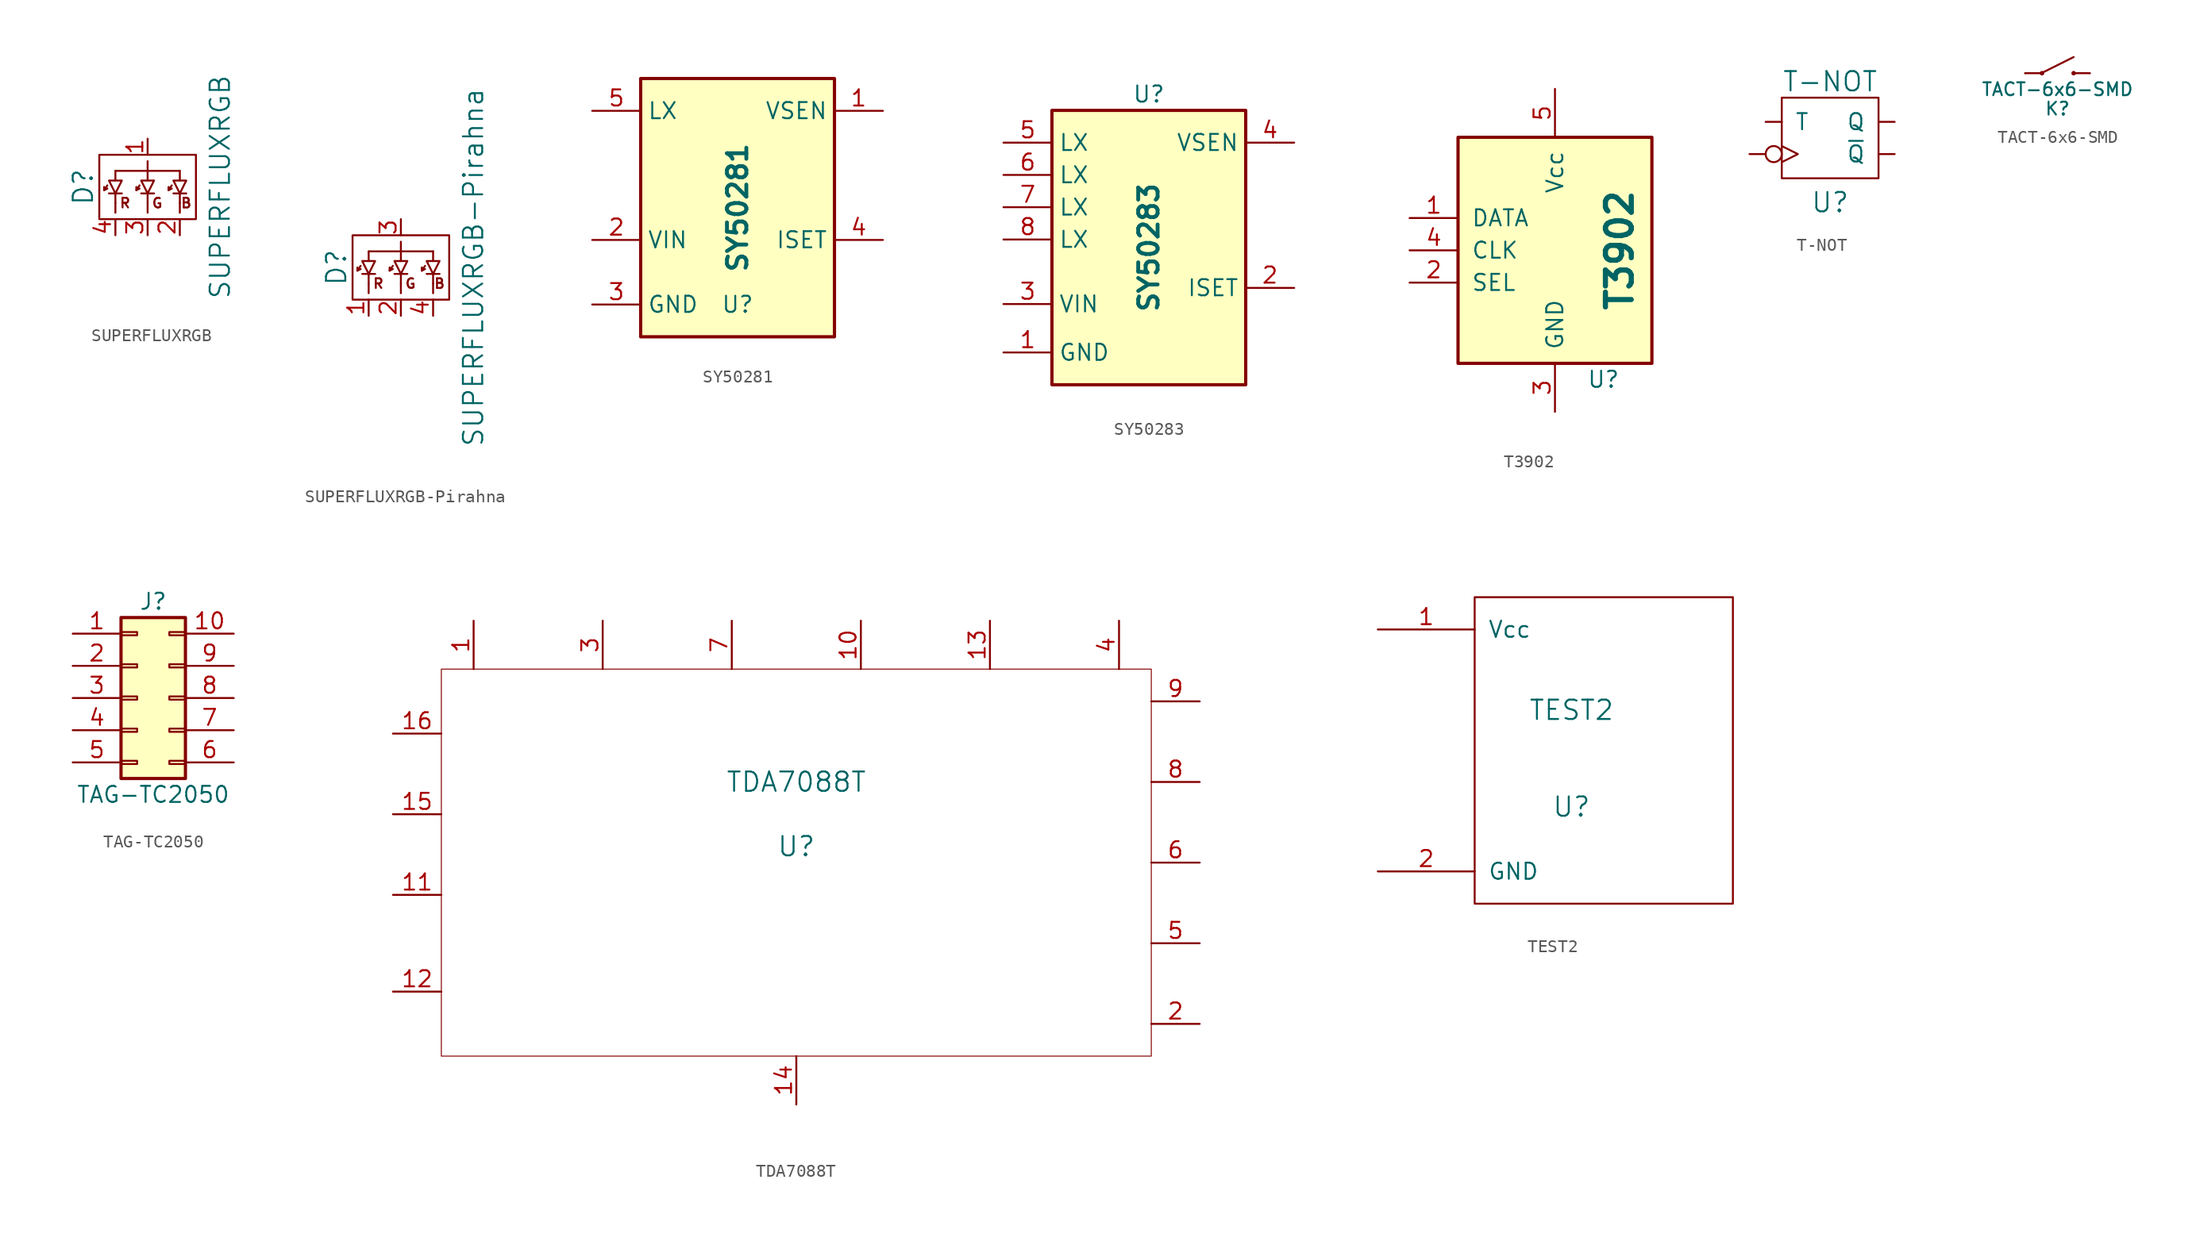
<source format=kicad_sym>
(kicad_symbol_lib
  (version 20231120)
  (generator "kicad_symbol_editor")
  (generator_version "8.0")
  (symbol "SUPERFLUXRGB"
    (pin_names
      (offset 1.016))
    (property "Reference" "D"
      (at -5.08 0 90)
      (effects (font (size 1.524 1.524))))
    (property "Value" "SUPERFLUXRGB"
      (at 5.715 0 90)
      (effects (font (size 1.524 1.524))))
    (property "Footprint" ""
      (at 0 -0.254 0)
      (effects (font (size 1.524 1.524))))
    (property "Datasheet" ""
      (at 0 -0.254 0)
      (effects (font (size 1.524 1.524))))
    (symbol "SUPERFLUXRGB_0_0"
      (polyline (pts (xy -2.54 -1.27) (xy -2.54 -2.032)) (stroke (width 0) (type default)) (fill (type none)))
      (polyline (pts (xy -2.54 1.27) (xy 2.54 1.27)) (stroke (width 0) (type default)) (fill (type none)))
      (polyline (pts (xy 0 -1.27) (xy 0 -2.032)) (stroke (width 0) (type default)) (fill (type none)))
      (polyline (pts (xy 0 1.27) (xy 0 2.032)) (stroke (width 0) (type default)) (fill (type none)))
      (polyline (pts (xy 2.54 -1.27) (xy 2.54 -2.032)) (stroke (width 0) (type default)) (fill (type none)))
      (text "B" (at 3.048 -1.27 0) (effects (font (size 0.762 0.762))))
      (text "G" (at 0.762 -1.27 0) (effects (font (size 0.762 0.762))))
      (text "R" (at -1.778 -1.27 0) (effects (font (size 0.762 0.762)))))
    (symbol "SUPERFLUXRGB_0_1"
      (rectangle (start -3.81 2.54) (end 3.81 -2.54) (stroke (width 0) (type default)) (fill (type none)))
      (polyline (pts (xy -3.429 -0.254) (xy -3.175 -0.127)) (stroke (width 0) (type default)) (fill (type none)))
      (polyline (pts (xy -2.54 -0.508) (xy -2.54 -1.27)) (stroke (width 0) (type default)) (fill (type none)))
      (polyline (pts (xy -2.54 0.508) (xy -2.54 1.27)) (stroke (width 0) (type default)) (fill (type none)))
      (polyline (pts (xy -2.032 -0.508) (xy -3.048 -0.508)) (stroke (width 0) (type default)) (fill (type none)))
      (polyline (pts (xy -0.889 -0.254) (xy -0.635 -0.127)) (stroke (width 0) (type default)) (fill (type none)))
      (polyline (pts (xy 0 -0.508) (xy 0 -1.27)) (stroke (width 0) (type default)) (fill (type none)))
      (polyline (pts (xy 0 0.508) (xy 0 1.27)) (stroke (width 0) (type default)) (fill (type none)))
      (polyline (pts (xy 0.508 -0.508) (xy -0.508 -0.508)) (stroke (width 0) (type default)) (fill (type none)))
      (polyline (pts (xy 1.651 -0.254) (xy 1.905 -0.127)) (stroke (width 0) (type default)) (fill (type none)))
      (polyline (pts (xy 2.54 -0.508) (xy 2.54 -1.27)) (stroke (width 0) (type default)) (fill (type none)))
      (polyline (pts (xy 2.54 0.508) (xy 2.54 1.27)) (stroke (width 0) (type default)) (fill (type none)))
      (polyline (pts (xy 3.048 -0.508) (xy 2.032 -0.508)) (stroke (width 0) (type default)) (fill (type none)))
      (polyline (pts (xy -3.175 0.127) (xy -3.429 -0.254) (xy -3.429 0)) (stroke (width 0) (type default)) (fill (type none)))
      (polyline (pts (xy -0.635 0.127) (xy -0.889 -0.254) (xy -0.889 0)) (stroke (width 0) (type default)) (fill (type none)))
      (polyline (pts (xy 1.905 0.127) (xy 1.651 -0.254) (xy 1.651 0)) (stroke (width 0) (type default)) (fill (type none)))
      (polyline (pts (xy -3.048 0.508) (xy -2.032 0.508) (xy -2.54 -0.508) (xy -3.048 0.508)) (stroke (width 0) (type default)) (fill (type none)))
      (polyline (pts (xy -0.508 0.508) (xy 0.508 0.508) (xy 0 -0.508) (xy -0.508 0.508)) (stroke (width 0) (type default)) (fill (type none)))
      (polyline (pts (xy 2.032 0.508) (xy 3.048 0.508) (xy 2.54 -0.508) (xy 2.032 0.508)) (stroke (width 0) (type default)) (fill (type none))))
    (symbol "SUPERFLUXRGB_1_1"
      (pin input line (at 0 3.81 270) (length 1.27) (name "~" (effects (font (size 1.27 1.27)))) (number "1" (effects (font (size 1.27 1.27)))))
      (pin input line (at 2.54 -3.81 90) (length 1.27) (name "~" (effects (font (size 1.27 1.27)))) (number "2" (effects (font (size 1.27 1.27)))))
      (pin input line (at 0 -3.81 90) (length 1.27) (name "~" (effects (font (size 1.27 1.27)))) (number "3" (effects (font (size 1.27 1.27)))))
      (pin input line (at -2.54 -3.81 90) (length 1.27) (name "~" (effects (font (size 1.27 1.27)))) (number "4" (effects (font (size 1.27 1.27)))))))
  (symbol "SUPERFLUXRGB-Pirahna"
    (pin_names
      (offset 1.016))
    (property "Reference" "D"
      (at -5.08 0 90)
      (effects (font (size 1.524 1.524))))
    (property "Value" "SUPERFLUXRGB-Pirahna"
      (at 5.715 0 90)
      (effects (font (size 1.524 1.524))))
    (property "Footprint" ""
      (at 0 -0.254 0)
      (effects (font (size 1.524 1.524))))
    (property "Datasheet" ""
      (at 0 -0.254 0)
      (effects (font (size 1.524 1.524))))
    (symbol "SUPERFLUXRGB-Pirahna_0_0"
      (polyline (pts (xy -2.54 -1.27) (xy -2.54 -2.032)) (stroke (width 0) (type default)) (fill (type none)))
      (polyline (pts (xy -2.54 1.27) (xy 2.54 1.27)) (stroke (width 0) (type default)) (fill (type none)))
      (polyline (pts (xy 0 -1.27) (xy 0 -2.032)) (stroke (width 0) (type default)) (fill (type none)))
      (polyline (pts (xy 0 1.27) (xy 0 2.032)) (stroke (width 0) (type default)) (fill (type none)))
      (polyline (pts (xy 2.54 -1.27) (xy 2.54 -2.032)) (stroke (width 0) (type default)) (fill (type none)))
      (text "B" (at 3.048 -1.27 0) (effects (font (size 0.762 0.762))))
      (text "G" (at 0.762 -1.27 0) (effects (font (size 0.762 0.762))))
      (text "R" (at -1.778 -1.27 0) (effects (font (size 0.762 0.762)))))
    (symbol "SUPERFLUXRGB-Pirahna_0_1"
      (rectangle (start -3.81 2.54) (end 3.81 -2.54) (stroke (width 0) (type default)) (fill (type none)))
      (polyline (pts (xy -3.429 -0.254) (xy -3.175 -0.127)) (stroke (width 0) (type default)) (fill (type none)))
      (polyline (pts (xy -2.54 -0.508) (xy -2.54 -1.27)) (stroke (width 0) (type default)) (fill (type none)))
      (polyline (pts (xy -2.54 0.508) (xy -2.54 1.27)) (stroke (width 0) (type default)) (fill (type none)))
      (polyline (pts (xy -2.032 -0.508) (xy -3.048 -0.508)) (stroke (width 0) (type default)) (fill (type none)))
      (polyline (pts (xy -0.889 -0.254) (xy -0.635 -0.127)) (stroke (width 0) (type default)) (fill (type none)))
      (polyline (pts (xy 0 -0.508) (xy 0 -1.27)) (stroke (width 0) (type default)) (fill (type none)))
      (polyline (pts (xy 0 0.508) (xy 0 1.27)) (stroke (width 0) (type default)) (fill (type none)))
      (polyline (pts (xy 0.508 -0.508) (xy -0.508 -0.508)) (stroke (width 0) (type default)) (fill (type none)))
      (polyline (pts (xy 1.651 -0.254) (xy 1.905 -0.127)) (stroke (width 0) (type default)) (fill (type none)))
      (polyline (pts (xy 2.54 -0.508) (xy 2.54 -1.27)) (stroke (width 0) (type default)) (fill (type none)))
      (polyline (pts (xy 2.54 0.508) (xy 2.54 1.27)) (stroke (width 0) (type default)) (fill (type none)))
      (polyline (pts (xy 3.048 -0.508) (xy 2.032 -0.508)) (stroke (width 0) (type default)) (fill (type none)))
      (polyline (pts (xy -3.175 0.127) (xy -3.429 -0.254) (xy -3.429 0)) (stroke (width 0) (type default)) (fill (type none)))
      (polyline (pts (xy -0.635 0.127) (xy -0.889 -0.254) (xy -0.889 0)) (stroke (width 0) (type default)) (fill (type none)))
      (polyline (pts (xy 1.905 0.127) (xy 1.651 -0.254) (xy 1.651 0)) (stroke (width 0) (type default)) (fill (type none)))
      (polyline (pts (xy -3.048 0.508) (xy -2.032 0.508) (xy -2.54 -0.508) (xy -3.048 0.508)) (stroke (width 0) (type default)) (fill (type none)))
      (polyline (pts (xy -0.508 0.508) (xy 0.508 0.508) (xy 0 -0.508) (xy -0.508 0.508)) (stroke (width 0) (type default)) (fill (type none)))
      (polyline (pts (xy 2.032 0.508) (xy 3.048 0.508) (xy 2.54 -0.508) (xy 2.032 0.508)) (stroke (width 0) (type default)) (fill (type none))))
    (symbol "SUPERFLUXRGB-Pirahna_1_1"
      (pin input line (at -2.54 -3.81 90) (length 1.27) (name "~" (effects (font (size 1.27 1.27)))) (number "1" (effects (font (size 1.27 1.27)))))
      (pin input line (at 0 -3.81 90) (length 1.27) (name "~" (effects (font (size 1.27 1.27)))) (number "2" (effects (font (size 1.27 1.27)))))
      (pin input line (at 0 3.81 270) (length 1.27) (name "~" (effects (font (size 1.27 1.27)))) (number "3" (effects (font (size 1.27 1.27)))))
      (pin input line (at 2.54 -3.81 90) (length 1.27) (name "~" (effects (font (size 1.27 1.27)))) (number "4" (effects (font (size 1.27 1.27)))))))
  (symbol "SY50281"
    (property "Reference" "U"
      (at 0 -7.62 0)
      (effects (font (size 1.27 1.27))))
    (property "Value" "SY50281"
      (at 0 0 90)
      (effects (font (size 1.524 1.524) (bold yes))))
    (symbol "SY50281_0_1"
      (rectangle (start -7.62 10.16) (end 7.62 -10.16) (stroke (width 0.254) (type default)) (fill (type background))))
    (symbol "SY50281_1_1"
      (pin passive line (at 11.43 7.62 180) (length 3.81) (name "VSEN" (effects (font (size 1.27 1.27)))) (number "1" (effects (font (size 1.27 1.27)))))
      (pin passive line (at -11.43 -2.54 0) (length 3.81) (name "VIN" (effects (font (size 1.27 1.27)))) (number "2" (effects (font (size 1.27 1.27)))))
      (pin passive line (at -11.43 -7.62 0) (length 3.81) (name "GND" (effects (font (size 1.27 1.27)))) (number "3" (effects (font (size 1.27 1.27)))))
      (pin passive line (at 11.43 -2.54 180) (length 3.81) (name "ISET" (effects (font (size 1.27 1.27)))) (number "4" (effects (font (size 1.27 1.27)))))
      (pin passive line (at -11.43 7.62 0) (length 3.81) (name "LX" (effects (font (size 1.27 1.27)))) (number "5" (effects (font (size 1.27 1.27)))))))
  (symbol "SY50283"
    (property "Reference" "U"
      (at 0 11.43 0)
      (effects (font (size 1.27 1.27))))
    (property "Value" "SY50283"
      (at 0 -0.635 90)
      (effects (font (size 1.524 1.524) (bold yes))))
    (symbol "SY50283_0_1"
      (rectangle (start -7.62 10.16) (end 7.62 -11.43) (stroke (width 0.254) (type default)) (fill (type background))))
    (symbol "SY50283_1_1"
      (pin passive line (at -11.43 -8.89 0) (length 3.81) (name "GND" (effects (font (size 1.27 1.27)))) (number "1" (effects (font (size 1.27 1.27)))))
      (pin passive line (at 11.43 -3.81 180) (length 3.81) (name "ISET" (effects (font (size 1.27 1.27)))) (number "2" (effects (font (size 1.27 1.27)))))
      (pin passive line (at -11.43 -5.08 0) (length 3.81) (name "VIN" (effects (font (size 1.27 1.27)))) (number "3" (effects (font (size 1.27 1.27)))))
      (pin passive line (at 11.43 7.62 180) (length 3.81) (name "VSEN" (effects (font (size 1.27 1.27)))) (number "4" (effects (font (size 1.27 1.27)))))
      (pin passive line (at -11.43 7.62 0) (length 3.81) (name "LX" (effects (font (size 1.27 1.27)))) (number "5" (effects (font (size 1.27 1.27)))))
      (pin passive line (at -11.43 5.08 0) (length 3.81) (name "LX" (effects (font (size 1.27 1.27)))) (number "6" (effects (font (size 1.27 1.27)))))
      (pin passive line (at -11.43 2.54 0) (length 3.81) (name "LX" (effects (font (size 1.27 1.27)))) (number "7" (effects (font (size 1.27 1.27)))))
      (pin passive line (at -11.43 0 0) (length 3.81) (name "LX" (effects (font (size 1.27 1.27)))) (number "8" (effects (font (size 1.27 1.27)))))))
  (symbol "T3902"
    (pin_names
      (offset 1.016))
    (property "Reference" "U"
      (at 3.81 -10.16 0)
      (effects (font (size 1.27 1.27))))
    (property "Value" "T3902"
      (at 5.08 0 90)
      (effects (font (size 2.032 2.032) (bold yes))))
    (symbol "T3902_0_1"
      (rectangle (start -7.62 8.89) (end 7.62 -8.89) (stroke (width 0.254) (type default)) (fill (type background))))
    (symbol "T3902_1_1"
      (pin passive line (at -11.43 2.54 0) (length 3.81) (name "DATA" (effects (font (size 1.27 1.27)))) (number "1" (effects (font (size 1.27 1.27)))))
      (pin passive line (at -11.43 -2.54 0) (length 3.81) (name "SEL" (effects (font (size 1.27 1.27)))) (number "2" (effects (font (size 1.27 1.27)))))
      (pin passive line (at 0 -12.7 90) (length 3.81) (name "GND" (effects (font (size 1.27 1.27)))) (number "3" (effects (font (size 1.27 1.27)))))
      (pin passive line (at -11.43 0 0) (length 3.81) (name "CLK" (effects (font (size 1.27 1.27)))) (number "4" (effects (font (size 1.27 1.27)))))
      (pin passive line (at 0 12.7 270) (length 3.81) (name "Vcc" (effects (font (size 1.27 1.27)))) (number "5" (effects (font (size 1.27 1.27)))))))
  (symbol "T-NOT"
    (pin_numbers hide)
    (pin_names
      (offset 1.016))
    (property "Reference" "U"
      (at 0 -5.08 0)
      (effects (font (size 1.524 1.524))))
    (property "Value" "T-NOT"
      (at 0 4.445 0)
      (effects (font (size 1.524 1.524))))
    (property "Footprint" ""
      (at 0 0 0)
      (effects (font (size 1.524 1.524))))
    (property "Datasheet" ""
      (at 0 0 0)
      (effects (font (size 1.524 1.524))))
    (symbol "T-NOT_0_1"
      (rectangle (start 3.81 3.175) (end -3.81 -3.175) (stroke (width 0) (type default)) (fill (type none))))
    (symbol "T-NOT_1_1"
      (pin input line (at 5.08 1.27 180) (length 1.27) (name "Q" (effects (font (size 1.27 1.27)))) (number "~" (effects (font (size 1.27 1.27)))))
      (pin input line (at -5.08 1.27 0) (length 1.27) (name "T" (effects (font (size 1.27 1.27)))) (number "~" (effects (font (size 1.27 1.27)))))
      (pin input inverted_clock (at -6.35 -1.27 0) (length 2.54) (name "~" (effects (font (size 1.27 1.27)))) (number "~" (effects (font (size 1.27 1.27)))))
      (pin input line (at 5.08 -1.27 180) (length 1.27) (name "~{Q}" (effects (font (size 1.27 1.27)))) (number "~" (effects (font (size 1.27 1.27)))))))
  (symbol "TACT-6x6-SMD"
    (pin_numbers hide)
    (pin_names
      (offset 0) hide)
    (property "Reference" "K"
      (at 0 -2.794 0)
      (effects (font (size 1.016 1.016))))
    (property "Value" "TACT-6x6-SMD"
      (at 0 -1.27 0)
      (effects (font (size 1.016 1.016))))
    (property "Datasheet" ""
      (at 0 0 0)
      (effects (font (size 1.524 1.524))))
    (symbol "TACT-6x6-SMD_0_1"
      (circle (center -1.219 0) (radius 0.102) (stroke (width 0) (type default)) (fill (type outline)))
      (polyline (pts (xy -1.27 0) (xy -2.54 0) (xy -2.54 0)) (stroke (width 0) (type default)) (fill (type none)))
      (polyline (pts (xy -1.27 0) (xy 1.27 1.27) (xy 1.27 1.27)) (stroke (width 0) (type default)) (fill (type none)))
      (polyline (pts (xy 2.54 0) (xy 1.27 0) (xy 1.27 0)) (stroke (width 0) (type default)) (fill (type none)))
      (circle (center 1.27 0) (radius 0.102) (stroke (width 0) (type default)) (fill (type outline))))
    (symbol "TACT-6x6-SMD_1_1"
      (pin passive line (at 2.54 0 180) (length 0) (name "~" (effects (font (size 1.016 1.016)))) (number "1" (effects (font (size 1.016 1.016)))))
      (pin passive line (at -2.54 0 0) (length 0) (name "~" (effects (font (size 1.016 1.016)))) (number "2" (effects (font (size 1.016 1.016)))))))
  (symbol "TAG-TC2050"
    (pin_names
      (offset 1.016) hide)
    (property "Reference" "J"
      (at 1.27 7.62 0)
      (effects (font (size 1.27 1.27))))
    (property "Value" "TAG-TC2050"
      (at 1.27 -7.62 0)
      (effects (font (size 1.27 1.27))))
    (symbol "TAG-TC2050_1_1"
      (rectangle (start -1.27 -4.953) (end 0 -5.207) (stroke (width 0.152) (type default)) (fill (type none)))
      (rectangle (start -1.27 -2.413) (end 0 -2.667) (stroke (width 0.152) (type default)) (fill (type none)))
      (rectangle (start -1.27 0.127) (end 0 -0.127) (stroke (width 0.152) (type default)) (fill (type none)))
      (rectangle (start -1.27 2.667) (end 0 2.413) (stroke (width 0.152) (type default)) (fill (type none)))
      (rectangle (start -1.27 5.207) (end 0 4.953) (stroke (width 0.152) (type default)) (fill (type none)))
      (rectangle (start -1.27 6.35) (end 3.81 -6.35) (stroke (width 0.254) (type default)) (fill (type background)))
      (rectangle (start 3.81 -4.953) (end 2.54 -5.207) (stroke (width 0.152) (type default)) (fill (type none)))
      (rectangle (start 3.81 -2.413) (end 2.54 -2.667) (stroke (width 0.152) (type default)) (fill (type none)))
      (rectangle (start 3.81 0.127) (end 2.54 -0.127) (stroke (width 0.152) (type default)) (fill (type none)))
      (rectangle (start 3.81 2.667) (end 2.54 2.413) (stroke (width 0.152) (type default)) (fill (type none)))
      (rectangle (start 3.81 5.207) (end 2.54 4.953) (stroke (width 0.152) (type default)) (fill (type none)))
      (pin passive line (at -5.08 5.08 0) (length 3.81) (name "~" (effects (font (size 1.27 1.27)))) (number "1" (effects (font (size 1.27 1.27)))))
      (pin passive line (at 7.62 5.08 180) (length 3.81) (name "~" (effects (font (size 1.27 1.27)))) (number "10" (effects (font (size 1.27 1.27)))))
      (pin passive line (at -5.08 2.54 0) (length 3.81) (name "~" (effects (font (size 1.27 1.27)))) (number "2" (effects (font (size 1.27 1.27)))))
      (pin passive line (at -5.08 0 0) (length 3.81) (name "~" (effects (font (size 1.27 1.27)))) (number "3" (effects (font (size 1.27 1.27)))))
      (pin passive line (at -5.08 -2.54 0) (length 3.81) (name "~" (effects (font (size 1.27 1.27)))) (number "4" (effects (font (size 1.27 1.27)))))
      (pin passive line (at -5.08 -5.08 0) (length 3.81) (name "~" (effects (font (size 1.27 1.27)))) (number "5" (effects (font (size 1.27 1.27)))))
      (pin passive line (at 7.62 -5.08 180) (length 3.81) (name "~" (effects (font (size 1.27 1.27)))) (number "6" (effects (font (size 1.27 1.27)))))
      (pin passive line (at 7.62 -2.54 180) (length 3.81) (name "~" (effects (font (size 1.27 1.27)))) (number "7" (effects (font (size 1.27 1.27)))))
      (pin passive line (at 7.62 0 180) (length 3.81) (name "~" (effects (font (size 1.27 1.27)))) (number "8" (effects (font (size 1.27 1.27)))))
      (pin passive line (at 7.62 2.54 180) (length 3.81) (name "~" (effects (font (size 1.27 1.27)))) (number "9" (effects (font (size 1.27 1.27)))))))
  (symbol "TDA7088T"
    (pin_names
      (offset 1.016))
    (property "Reference" "U"
      (at 0 -2.54 0)
      (effects (font (size 1.524 1.524))))
    (property "Value" "TDA7088T"
      (at 0 2.54 0)
      (effects (font (size 1.524 1.524))))
    (property "Footprint" ""
      (at 0 0 0)
      (effects (font (size 1.524 1.524))))
    (property "Datasheet" ""
      (at 0 0 0)
      (effects (font (size 1.524 1.524))))
    (symbol "TDA7088T_0_1"
      (rectangle (start -27.94 11.43) (end 27.94 -19.05) (stroke (width 0.076) (type default)) (fill (type none))))
    (symbol "TDA7088T_1_1"
      (pin passive line (at -25.4 15.24 270) (length 3.81) (name "~" (effects (font (size 1.27 1.27)))) (number "1" (effects (font (size 1.27 1.27)))))
      (pin passive line (at 5.08 15.24 270) (length 3.81) (name "~" (effects (font (size 1.27 1.27)))) (number "10" (effects (font (size 1.27 1.27)))))
      (pin passive line (at -31.75 -6.35 0) (length 3.81) (name "~" (effects (font (size 1.27 1.27)))) (number "11" (effects (font (size 1.27 1.27)))))
      (pin passive line (at -31.75 -13.97 0) (length 3.81) (name "~" (effects (font (size 1.27 1.27)))) (number "12" (effects (font (size 1.27 1.27)))))
      (pin passive line (at 15.24 15.24 270) (length 3.81) (name "~" (effects (font (size 1.27 1.27)))) (number "13" (effects (font (size 1.27 1.27)))))
      (pin passive line (at 0 -22.86 90) (length 3.81) (name "~" (effects (font (size 1.27 1.27)))) (number "14" (effects (font (size 1.27 1.27)))))
      (pin passive line (at -31.75 0 0) (length 3.81) (name "~" (effects (font (size 1.27 1.27)))) (number "15" (effects (font (size 1.27 1.27)))))
      (pin passive line (at -31.75 6.35 0) (length 3.81) (name "~" (effects (font (size 1.27 1.27)))) (number "16" (effects (font (size 1.27 1.27)))))
      (pin passive line (at 31.75 -16.51 180) (length 3.81) (name "~" (effects (font (size 1.27 1.27)))) (number "2" (effects (font (size 1.27 1.27)))))
      (pin passive line (at -15.24 15.24 270) (length 3.81) (name "~" (effects (font (size 1.27 1.27)))) (number "3" (effects (font (size 1.27 1.27)))))
      (pin passive line (at 25.4 15.24 270) (length 3.81) (name "~" (effects (font (size 1.27 1.27)))) (number "4" (effects (font (size 1.27 1.27)))))
      (pin passive line (at 31.75 -10.16 180) (length 3.81) (name "~" (effects (font (size 1.27 1.27)))) (number "5" (effects (font (size 1.27 1.27)))))
      (pin passive line (at 31.75 -3.81 180) (length 3.81) (name "~" (effects (font (size 1.27 1.27)))) (number "6" (effects (font (size 1.27 1.27)))))
      (pin passive line (at -5.08 15.24 270) (length 3.81) (name "~" (effects (font (size 1.27 1.27)))) (number "7" (effects (font (size 1.27 1.27)))))
      (pin passive line (at 31.75 2.54 180) (length 3.81) (name "~" (effects (font (size 1.27 1.27)))) (number "8" (effects (font (size 1.27 1.27)))))
      (pin passive line (at 31.75 8.89 180) (length 3.81) (name "~" (effects (font (size 1.27 1.27)))) (number "9" (effects (font (size 1.27 1.27)))))))
  (symbol "TEST2"
    (pin_names
      (offset 1.016))
    (property "Reference" "U"
      (at 0 -3.81 0)
      (effects (font (size 1.524 1.524))))
    (property "Value" "TEST2"
      (at 0 3.81 0)
      (effects (font (size 1.524 1.524))))
    (property "Footprint" ""
      (at 0 0 0)
      (effects (font (size 1.524 1.524))))
    (property "Datasheet" ""
      (at 0 0 0)
      (effects (font (size 1.524 1.524))))
    (symbol "TEST2_0_1"
      (rectangle (start -7.62 12.7) (end 12.7 -11.43) (stroke (width 0) (type default)) (fill (type none))))
    (symbol "TEST2_1_1"
      (pin input line (at -15.24 10.16 0) (length 7.62) (name "Vcc" (effects (font (size 1.27 1.27)))) (number "1" (effects (font (size 1.27 1.27)))))
      (pin input line (at -15.24 -8.89 0) (length 7.62) (name "GND" (effects (font (size 1.27 1.27)))) (number "2" (effects (font (size 1.27 1.27))))))))
</source>
